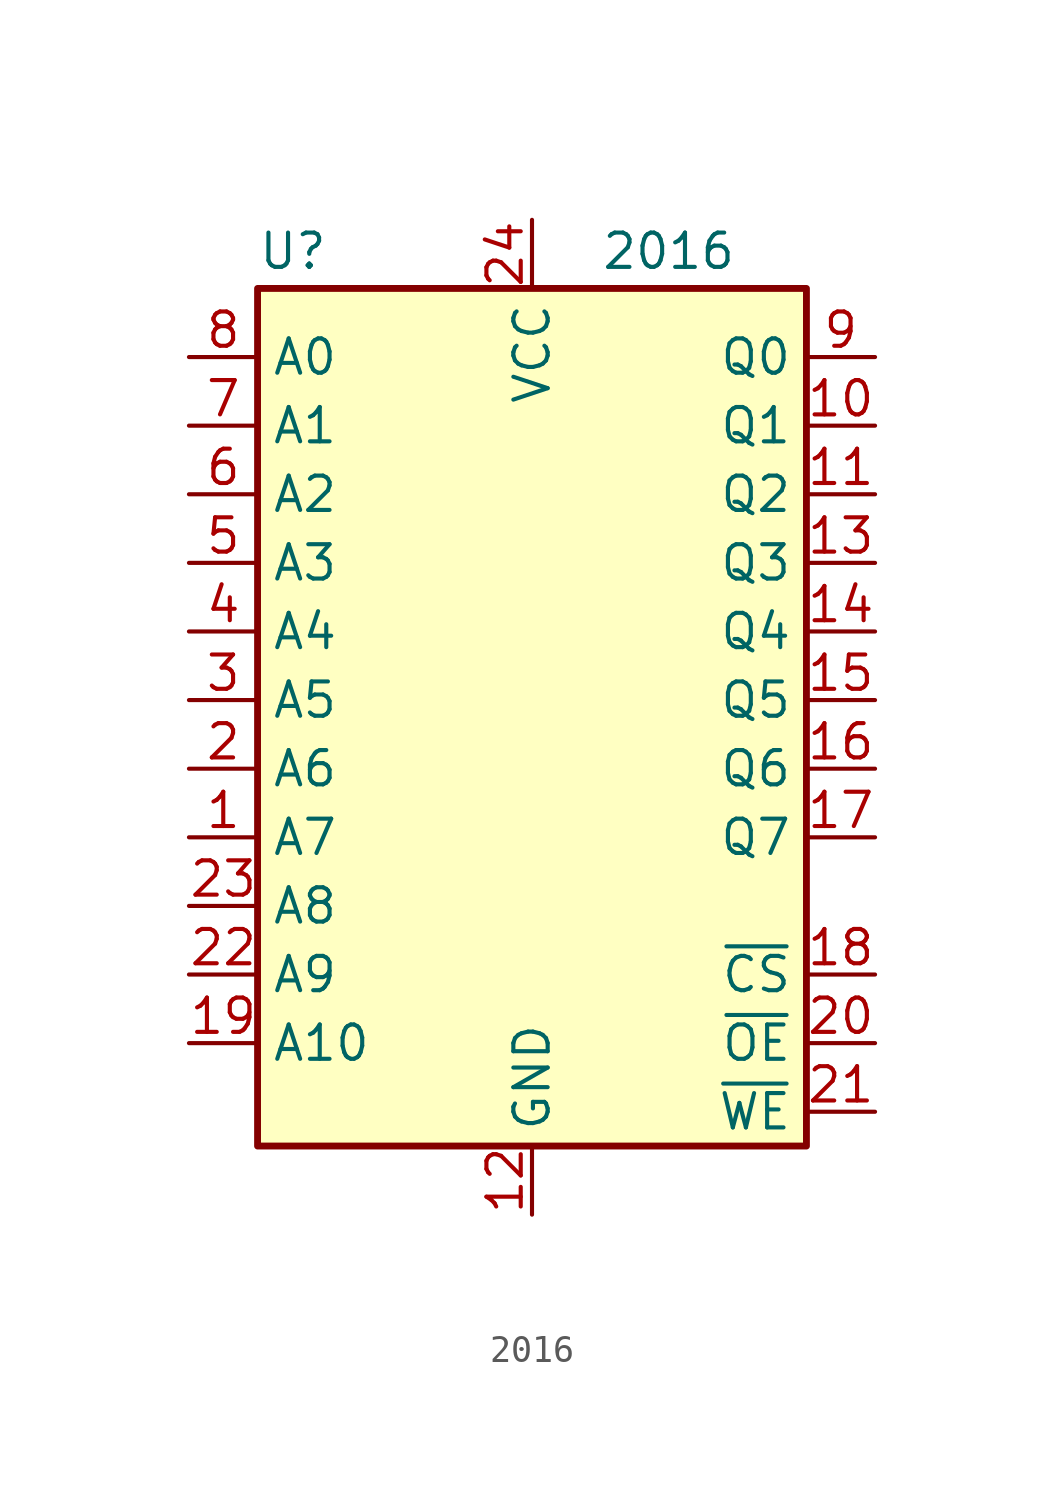
<source format=kicad_sym>
(kicad_symbol_lib
  (version 20211014)
  (generator kicad_symbol_editor)
  (symbol "2016"
    (property "Reference" "U"
      (at -10.16 20.955 0)
      (effects (font (size 1.27 1.27)) (justify left bottom)))
    (property "Value" "2016"
      (at 2.54 20.955 0)
      (effects (font (size 1.27 1.27)) (justify left bottom)))
    (symbol "2016_0_0"
      (pin tri_state line (at 12.7 7.62 180) (length 2.54) (name "Q4" (effects (font (size 1.27 1.27)))) (number "14" (effects (font (size 1.27 1.27))))))
    (symbol "2016_0_1"
      (rectangle (start -10.16 20.32) (end 10.16 -11.43) (stroke (width 0.254) (type default) (color 0 0 0 0)) (fill (type background))))
    (symbol "2016_1_1"
      (pin input line (at -12.7 0 0) (length 2.54) (name "A7" (effects (font (size 1.27 1.27)))) (number "1" (effects (font (size 1.27 1.27)))))
      (pin tri_state line (at 12.7 15.24 180) (length 2.54) (name "Q1" (effects (font (size 1.27 1.27)))) (number "10" (effects (font (size 1.27 1.27)))))
      (pin tri_state line (at 12.7 12.7 180) (length 2.54) (name "Q2" (effects (font (size 1.27 1.27)))) (number "11" (effects (font (size 1.27 1.27)))))
      (pin power_in line (at 0 -13.97 90) (length 2.54) (name "GND" (effects (font (size 1.27 1.27)))) (number "12" (effects (font (size 1.27 1.27)))))
      (pin tri_state line (at 12.7 10.16 180) (length 2.54) (name "Q3" (effects (font (size 1.27 1.27)))) (number "13" (effects (font (size 1.27 1.27)))))
      (pin tri_state line (at 12.7 5.08 180) (length 2.54) (name "Q5" (effects (font (size 1.27 1.27)))) (number "15" (effects (font (size 1.27 1.27)))))
      (pin tri_state line (at 12.7 2.54 180) (length 2.54) (name "Q6" (effects (font (size 1.27 1.27)))) (number "16" (effects (font (size 1.27 1.27)))))
      (pin tri_state line (at 12.7 0 180) (length 2.54) (name "Q7" (effects (font (size 1.27 1.27)))) (number "17" (effects (font (size 1.27 1.27)))))
      (pin input line (at 12.7 -5.08 180) (length 2.54) (name "~{CS}" (effects (font (size 1.27 1.27)))) (number "18" (effects (font (size 1.27 1.27)))))
      (pin input line (at -12.7 -7.62 0) (length 2.54) (name "A10" (effects (font (size 1.27 1.27)))) (number "19" (effects (font (size 1.27 1.27)))))
      (pin input line (at -12.7 2.54 0) (length 2.54) (name "A6" (effects (font (size 1.27 1.27)))) (number "2" (effects (font (size 1.27 1.27)))))
      (pin input line (at 12.7 -7.62 180) (length 2.54) (name "~{OE}" (effects (font (size 1.27 1.27)))) (number "20" (effects (font (size 1.27 1.27)))))
      (pin input line (at 12.7 -10.16 180) (length 2.54) (name "~{WE}" (effects (font (size 1.27 1.27)))) (number "21" (effects (font (size 1.27 1.27)))))
      (pin input line (at -12.7 -5.08 0) (length 2.54) (name "A9" (effects (font (size 1.27 1.27)))) (number "22" (effects (font (size 1.27 1.27)))))
      (pin input line (at -12.7 -2.54 0) (length 2.54) (name "A8" (effects (font (size 1.27 1.27)))) (number "23" (effects (font (size 1.27 1.27)))))
      (pin power_in line (at 0 22.86 270) (length 2.54) (name "VCC" (effects (font (size 1.27 1.27)))) (number "24" (effects (font (size 1.27 1.27)))))
      (pin input line (at -12.7 5.08 0) (length 2.54) (name "A5" (effects (font (size 1.27 1.27)))) (number "3" (effects (font (size 1.27 1.27)))))
      (pin input line (at -12.7 7.62 0) (length 2.54) (name "A4" (effects (font (size 1.27 1.27)))) (number "4" (effects (font (size 1.27 1.27)))))
      (pin input line (at -12.7 10.16 0) (length 2.54) (name "A3" (effects (font (size 1.27 1.27)))) (number "5" (effects (font (size 1.27 1.27)))))
      (pin input line (at -12.7 12.7 0) (length 2.54) (name "A2" (effects (font (size 1.27 1.27)))) (number "6" (effects (font (size 1.27 1.27)))))
      (pin input line (at -12.7 15.24 0) (length 2.54) (name "A1" (effects (font (size 1.27 1.27)))) (number "7" (effects (font (size 1.27 1.27)))))
      (pin input line (at -12.7 17.78 0) (length 2.54) (name "A0" (effects (font (size 1.27 1.27)))) (number "8" (effects (font (size 1.27 1.27)))))
      (pin tri_state line (at 12.7 17.78 180) (length 2.54) (name "Q0" (effects (font (size 1.27 1.27)))) (number "9" (effects (font (size 1.27 1.27))))))))
</source>
